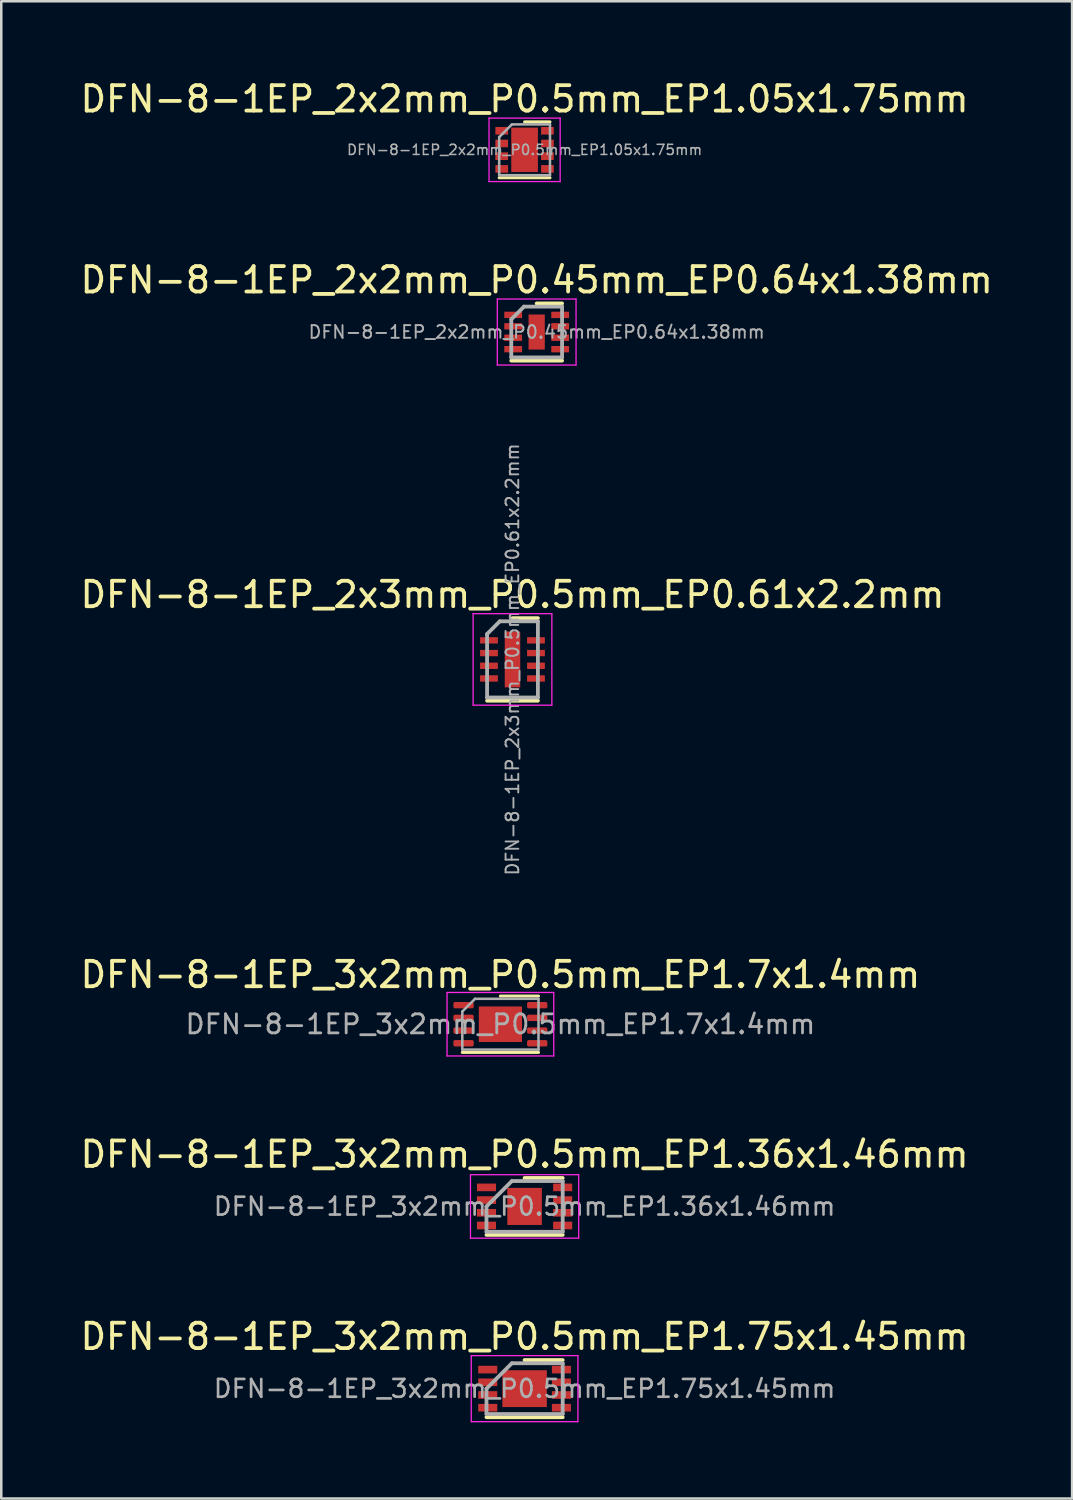
<source format=kicad_pcb>
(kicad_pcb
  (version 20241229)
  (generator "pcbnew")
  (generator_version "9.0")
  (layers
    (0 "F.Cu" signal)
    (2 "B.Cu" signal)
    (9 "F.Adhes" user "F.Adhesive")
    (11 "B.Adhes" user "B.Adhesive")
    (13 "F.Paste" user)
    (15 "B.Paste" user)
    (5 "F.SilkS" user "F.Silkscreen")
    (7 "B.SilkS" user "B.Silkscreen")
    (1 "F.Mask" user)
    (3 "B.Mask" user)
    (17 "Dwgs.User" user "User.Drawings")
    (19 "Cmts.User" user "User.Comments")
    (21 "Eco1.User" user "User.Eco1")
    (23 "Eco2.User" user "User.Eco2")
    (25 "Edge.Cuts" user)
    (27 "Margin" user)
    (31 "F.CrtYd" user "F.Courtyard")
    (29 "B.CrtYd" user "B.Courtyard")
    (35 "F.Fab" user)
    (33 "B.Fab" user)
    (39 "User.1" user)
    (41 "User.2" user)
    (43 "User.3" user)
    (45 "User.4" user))
  (footprint "DFN-8-1EP_2x3mm_P0.5mm_EP0.61x2.2mm"
    (layer "F.Cu")
    (at 17.125 22.909)
    (property "Reference" "DFN-8-1EP_2x3mm_P0.5mm_EP0.61x2.2mm" (at 0 -2.55 0) (layer "F.SilkS") (effects (font (size 1 1) (thickness 0.15))))
    (attr smd)
    (fp_line (start -1 1.625) (end 1 1.625) (stroke (width 0.15) (type solid)) (layer "F.SilkS"))
    (fp_line (start 0 -1.625) (end 1 -1.625) (stroke (width 0.15) (type solid)) (layer "F.SilkS"))
    (fp_line (start -1.55 -1.8) (end -1.55 1.8) (stroke (width 0.05) (type solid)) (layer "F.CrtYd"))
    (fp_line (start -1.55 -1.8) (end 1.55 -1.8) (stroke (width 0.05) (type solid)) (layer "F.CrtYd"))
    (fp_line (start -1.55 1.8) (end 1.55 1.8) (stroke (width 0.05) (type solid)) (layer "F.CrtYd"))
    (fp_line (start 1.55 -1.8) (end 1.55 1.8) (stroke (width 0.05) (type solid)) (layer "F.CrtYd"))
    (fp_line (start -1 -1) (end -0.5 -1.5) (stroke (width 0.15) (type solid)) (layer "F.Fab"))
    (fp_line (start -1 1.5) (end -1 -1) (stroke (width 0.15) (type solid)) (layer "F.Fab"))
    (fp_line (start -0.5 -1.5) (end 1 -1.5) (stroke (width 0.15) (type solid)) (layer "F.Fab"))
    (fp_line (start 1 -1.5) (end 1 1.5) (stroke (width 0.15) (type solid)) (layer "F.Fab"))
    (fp_line (start 1 1.5) (end -1 1.5) (stroke (width 0.15) (type solid)) (layer "F.Fab"))
    (fp_text user "${REFERENCE}" (at 0 0 90) (layer "F.Fab") (effects (font (size 0.5 0.5) (thickness 0.075))))
    (pad "" smd rect (at 0 -0.734) (size 0.5 0.59) (layers "F.Paste"))
    (pad "" smd rect (at 0 0) (size 0.5 0.59) (layers "F.Paste"))
    (pad "" smd rect (at 0 0.734) (size 0.5 0.59) (layers "F.Paste"))
    (pad "1" smd rect (at -0.925 -0.75) (size 0.7 0.25) (layers "F.Cu" "F.Mask" "F.Paste"))
    (pad "2" smd rect (at -0.925 -0.25) (size 0.7 0.25) (layers "F.Cu" "F.Mask" "F.Paste"))
    (pad "3" smd rect (at -0.925 0.25) (size 0.7 0.25) (layers "F.Cu" "F.Mask" "F.Paste"))
    (pad "4" smd rect (at -0.925 0.75) (size 0.7 0.25) (layers "F.Cu" "F.Mask" "F.Paste"))
    (pad "5" smd rect (at 0.925 0.75) (size 0.7 0.25) (layers "F.Cu" "F.Mask" "F.Paste"))
    (pad "6" smd rect (at 0.925 0.25) (size 0.7 0.25) (layers "F.Cu" "F.Mask" "F.Paste"))
    (pad "7" smd rect (at 0.925 -0.25) (size 0.7 0.25) (layers "F.Cu" "F.Mask" "F.Paste"))
    (pad "8" smd rect (at 0.925 -0.75) (size 0.7 0.25) (layers "F.Cu" "F.Mask" "F.Paste"))
    (pad "9" smd rect (at 0 0) (size 0.61 2.2) (layers "F.Cu" "F.Mask")))
  (footprint "DFN-8-1EP_2x2mm_P0.45mm_EP0.64x1.38mm"
    (layer "F.Cu")
    (at 18.077 10.021)
    (property "Reference" "DFN-8-1EP_2x2mm_P0.45mm_EP0.64x1.38mm" (at 0 -2.05 0) (layer "F.SilkS") (effects (font (size 1 1) (thickness 0.15))))
    (attr smd)
    (fp_line (start -1 1.125) (end 1 1.125) (stroke (width 0.15) (type solid)) (layer "F.SilkS"))
    (fp_line (start 0 -1.125) (end 1 -1.125) (stroke (width 0.15) (type solid)) (layer "F.SilkS"))
    (fp_line (start -1.55 -1.3) (end -1.55 1.3) (stroke (width 0.05) (type solid)) (layer "F.CrtYd"))
    (fp_line (start -1.55 -1.3) (end 1.55 -1.3) (stroke (width 0.05) (type solid)) (layer "F.CrtYd"))
    (fp_line (start -1.55 1.3) (end 1.55 1.3) (stroke (width 0.05) (type solid)) (layer "F.CrtYd"))
    (fp_line (start 1.55 -1.3) (end 1.55 1.3) (stroke (width 0.05) (type solid)) (layer "F.CrtYd"))
    (fp_line (start -1 -0.5) (end -0.5 -1) (stroke (width 0.15) (type solid)) (layer "F.Fab"))
    (fp_line (start -1 1) (end -1 -0.5) (stroke (width 0.15) (type solid)) (layer "F.Fab"))
    (fp_line (start -0.5 -1) (end 1 -1) (stroke (width 0.15) (type solid)) (layer "F.Fab"))
    (fp_line (start 1 -1) (end 1 1) (stroke (width 0.15) (type solid)) (layer "F.Fab"))
    (fp_line (start 1 1) (end -1 1) (stroke (width 0.15) (type solid)) (layer "F.Fab"))
    (fp_text user "${REFERENCE}" (at 0 0 0) (layer "F.Fab") (effects (font (size 0.5 0.5) (thickness 0.075))))
    (pad "" smd rect (at 0 -0.345) (size 0.53 0.54) (layers "F.Paste"))
    (pad "" smd rect (at 0 0.345) (size 0.53 0.54) (layers "F.Paste"))
    (pad "1" smd rect (at -0.925 -0.675) (size 0.7 0.25) (layers "F.Cu" "F.Mask" "F.Paste"))
    (pad "2" smd rect (at -0.925 -0.225) (size 0.7 0.25) (layers "F.Cu" "F.Mask" "F.Paste"))
    (pad "3" smd rect (at -0.925 0.225) (size 0.7 0.25) (layers "F.Cu" "F.Mask" "F.Paste"))
    (pad "4" smd rect (at -0.925 0.675) (size 0.7 0.25) (layers "F.Cu" "F.Mask" "F.Paste"))
    (pad "5" smd rect (at 0.925 0.675) (size 0.7 0.25) (layers "F.Cu" "F.Mask" "F.Paste"))
    (pad "6" smd rect (at 0.925 0.225) (size 0.7 0.25) (layers "F.Cu" "F.Mask" "F.Paste"))
    (pad "7" smd rect (at 0.925 -0.225) (size 0.7 0.25) (layers "F.Cu" "F.Mask" "F.Paste"))
    (pad "8" smd rect (at 0.925 -0.675) (size 0.7 0.25) (layers "F.Cu" "F.Mask" "F.Paste"))
    (pad "9" smd rect (at 0 0) (size 0.64 1.38) (layers "F.Cu" "F.Mask")))
  (footprint "DFN-8-1EP_3x2mm_P0.5mm_EP1.75x1.45mm"
    (layer "F.Cu")
    (at 17.601 51.616)
    (property "Reference" "DFN-8-1EP_3x2mm_P0.5mm_EP1.75x1.45mm" (at 0 -2.05 0) (layer "F.SilkS") (effects (font (size 1 1) (thickness 0.15))))
    (attr smd)
    (fp_line (start -1.5 1.125) (end 1.5 1.125) (stroke (width 0.15) (type solid)) (layer "F.SilkS"))
    (fp_line (start 0 -1.125) (end 1.5 -1.125) (stroke (width 0.15) (type solid)) (layer "F.SilkS"))
    (fp_line (start -2.1 -1.3) (end -2.1 1.3) (stroke (width 0.05) (type solid)) (layer "F.CrtYd"))
    (fp_line (start -2.1 -1.3) (end 2.1 -1.3) (stroke (width 0.05) (type solid)) (layer "F.CrtYd"))
    (fp_line (start -2.1 1.3) (end 2.1 1.3) (stroke (width 0.05) (type solid)) (layer "F.CrtYd"))
    (fp_line (start 2.1 -1.3) (end 2.1 1.3) (stroke (width 0.05) (type solid)) (layer "F.CrtYd"))
    (fp_line (start -1.5 0) (end -0.5 -1) (stroke (width 0.15) (type solid)) (layer "F.Fab"))
    (fp_line (start -1.5 1) (end -1.5 0) (stroke (width 0.15) (type solid)) (layer "F.Fab"))
    (fp_line (start -0.5 -1) (end 1.5 -1) (stroke (width 0.15) (type solid)) (layer "F.Fab"))
    (fp_line (start 1.5 -1) (end 1.5 1) (stroke (width 0.15) (type solid)) (layer "F.Fab"))
    (fp_line (start 1.5 1) (end -1.5 1) (stroke (width 0.15) (type solid)) (layer "F.Fab"))
    (fp_text user "${REFERENCE}" (at 0 0 0) (layer "F.Fab") (effects (font (size 0.7 0.7) (thickness 0.105))))
    (pad "" smd rect (at -0.438 -0.362) (size 0.71 0.58) (layers "F.Paste"))
    (pad "" smd rect (at -0.438 0.362) (size 0.71 0.58) (layers "F.Paste"))
    (pad "" smd rect (at 0.438 -0.362) (size 0.71 0.58) (layers "F.Paste"))
    (pad "" smd rect (at 0.438 0.362) (size 0.71 0.58) (layers "F.Paste"))
    (pad "1" smd rect (at -1.45 -0.75) (size 0.75 0.3) (layers "F.Cu" "F.Mask" "F.Paste"))
    (pad "2" smd rect (at -1.45 -0.25) (size 0.75 0.3) (layers "F.Cu" "F.Mask" "F.Paste"))
    (pad "3" smd rect (at -1.45 0.25) (size 0.75 0.3) (layers "F.Cu" "F.Mask" "F.Paste"))
    (pad "4" smd rect (at -1.45 0.75) (size 0.75 0.3) (layers "F.Cu" "F.Mask" "F.Paste"))
    (pad "5" smd rect (at 1.45 0.75) (size 0.75 0.3) (layers "F.Cu" "F.Mask" "F.Paste"))
    (pad "6" smd rect (at 1.45 0.25) (size 0.75 0.3) (layers "F.Cu" "F.Mask" "F.Paste"))
    (pad "7" smd rect (at 1.45 -0.25) (size 0.75 0.3) (layers "F.Cu" "F.Mask" "F.Paste"))
    (pad "8" smd rect (at 1.45 -0.75) (size 0.75 0.3) (layers "F.Cu" "F.Mask" "F.Paste"))
    (pad "9" smd rect (at 0 0) (size 1.75 1.45) (layers "F.Cu" "F.Mask")))
  (footprint "DFN-8-1EP_2x2mm_P0.5mm_EP1.05x1.75mm"
    (layer "F.Cu")
    (at 17.601 2.848)
    (property "Reference" "DFN-8-1EP_2x2mm_P0.5mm_EP1.05x1.75mm" (at 0 -2 0) (layer "F.SilkS") (effects (font (size 1 1) (thickness 0.15))))
    (attr smd)
    (fp_line (start -1 1.1) (end 1 1.1) (stroke (width 0.12) (type solid)) (layer "F.SilkS"))
    (fp_line (start 0 -1.1) (end 1 -1.1) (stroke (width 0.12) (type solid)) (layer "F.SilkS"))
    (fp_line (start -1.4 -1.25) (end -1.4 1.25) (stroke (width 0.05) (type solid)) (layer "F.CrtYd"))
    (fp_line (start -1.4 -1.25) (end 1.4 -1.25) (stroke (width 0.05) (type solid)) (layer "F.CrtYd"))
    (fp_line (start -1.4 1.25) (end 1.4 1.25) (stroke (width 0.05) (type solid)) (layer "F.CrtYd"))
    (fp_line (start 1.4 -1.25) (end 1.4 1.25) (stroke (width 0.05) (type solid)) (layer "F.CrtYd"))
    (fp_line (start -1 -0.5) (end -0.5 -1) (stroke (width 0.1) (type solid)) (layer "F.Fab"))
    (fp_line (start -1 1) (end -1 -0.5) (stroke (width 0.1) (type solid)) (layer "F.Fab"))
    (fp_line (start -0.5 -1) (end 1 -1) (stroke (width 0.1) (type solid)) (layer "F.Fab"))
    (fp_line (start 1 -1) (end 1 1) (stroke (width 0.1) (type solid)) (layer "F.Fab"))
    (fp_line (start 1 1) (end -1 1) (stroke (width 0.1) (type solid)) (layer "F.Fab"))
    (fp_text user "${REFERENCE}" (at 0 0 0) (layer "F.Fab") (effects (font (size 0.4 0.4) (thickness 0.06))))
    (pad "" smd rect (at 0 -0.438) (size 0.85 0.65) (layers "F.Paste"))
    (pad "" smd rect (at 0 0.438) (size 0.85 0.65) (layers "F.Paste"))
    (pad "1" smd rect (at -0.9 -0.75) (size 0.5 0.3) (layers "F.Cu" "F.Mask" "F.Paste"))
    (pad "2" smd rect (at -0.9 -0.25) (size 0.5 0.3) (layers "F.Cu" "F.Mask" "F.Paste"))
    (pad "3" smd rect (at -0.9 0.25) (size 0.5 0.3) (layers "F.Cu" "F.Mask" "F.Paste"))
    (pad "4" smd rect (at -0.9 0.75) (size 0.5 0.3) (layers "F.Cu" "F.Mask" "F.Paste"))
    (pad "5" smd rect (at 0.9 0.75) (size 0.5 0.3) (layers "F.Cu" "F.Mask" "F.Paste"))
    (pad "6" smd rect (at 0.9 0.25) (size 0.5 0.3) (layers "F.Cu" "F.Mask" "F.Paste"))
    (pad "7" smd rect (at 0.9 -0.25) (size 0.5 0.3) (layers "F.Cu" "F.Mask" "F.Paste"))
    (pad "8" smd rect (at 0.9 -0.75) (size 0.5 0.3) (layers "F.Cu" "F.Mask" "F.Paste"))
    (pad "9" smd rect (at 0 0) (size 1.05 1.75) (layers "F.Cu" "F.Mask")))
  (footprint "DFN-8-1EP_3x2mm_P0.5mm_EP1.36x1.46mm"
    (layer "F.Cu")
    (at 17.601 44.443)
    (property "Reference" "DFN-8-1EP_3x2mm_P0.5mm_EP1.36x1.46mm" (at 0 -2.05 0) (layer "F.SilkS") (effects (font (size 1 1) (thickness 0.15))))
    (attr smd)
    (fp_line (start -1.5 1.12) (end 1.5 1.12) (stroke (width 0.15) (type solid)) (layer "F.SilkS"))
    (fp_line (start 0 -1.12) (end 1.5 -1.12) (stroke (width 0.15) (type solid)) (layer "F.SilkS"))
    (fp_line (start -2.13 -1.25) (end -2.13 1.25) (stroke (width 0.05) (type solid)) (layer "F.CrtYd"))
    (fp_line (start -2.13 -1.25) (end 2.13 -1.25) (stroke (width 0.05) (type solid)) (layer "F.CrtYd"))
    (fp_line (start -2.13 1.25) (end 2.13 1.25) (stroke (width 0.05) (type solid)) (layer "F.CrtYd"))
    (fp_line (start 2.13 -1.25) (end 2.13 1.25) (stroke (width 0.05) (type solid)) (layer "F.CrtYd"))
    (fp_line (start -1.5 0) (end -0.5 -1) (stroke (width 0.15) (type solid)) (layer "F.Fab"))
    (fp_line (start -1.5 1) (end -1.5 0) (stroke (width 0.15) (type solid)) (layer "F.Fab"))
    (fp_line (start -0.5 -1) (end 1.5 -1) (stroke (width 0.15) (type solid)) (layer "F.Fab"))
    (fp_line (start 1.5 -1) (end 1.5 1) (stroke (width 0.15) (type solid)) (layer "F.Fab"))
    (fp_line (start 1.5 1) (end -1.5 1) (stroke (width 0.15) (type solid)) (layer "F.Fab"))
    (fp_text user "${REFERENCE}" (at 0 0 0) (layer "F.Fab") (effects (font (size 0.7 0.7) (thickness 0.105))))
    (pad "" smd rect (at -0.325 -0.375) (size 0.5 0.6) (layers "F.Paste"))
    (pad "" smd rect (at -0.325 0.375) (size 0.5 0.6) (layers "F.Paste"))
    (pad "" smd rect (at 0.325 -0.375) (size 0.5 0.6) (layers "F.Paste"))
    (pad "" smd rect (at 0.325 0.375) (size 0.5 0.6) (layers "F.Paste"))
    (pad "1" smd rect (at -1.5 -0.75) (size 0.75 0.3) (layers "F.Cu" "F.Mask" "F.Paste"))
    (pad "2" smd rect (at -1.5 -0.25) (size 0.75 0.3) (layers "F.Cu" "F.Mask" "F.Paste"))
    (pad "3" smd rect (at -1.5 0.25) (size 0.75 0.3) (layers "F.Cu" "F.Mask" "F.Paste"))
    (pad "4" smd rect (at -1.5 0.75) (size 0.75 0.3) (layers "F.Cu" "F.Mask" "F.Paste"))
    (pad "5" smd rect (at 1.5 0.75) (size 0.75 0.3) (layers "F.Cu" "F.Mask" "F.Paste"))
    (pad "6" smd rect (at 1.5 0.25) (size 0.75 0.3) (layers "F.Cu" "F.Mask" "F.Paste"))
    (pad "7" smd rect (at 1.5 -0.25) (size 0.75 0.3) (layers "F.Cu" "F.Mask" "F.Paste"))
    (pad "8" smd rect (at 1.5 -0.75) (size 0.75 0.3) (layers "F.Cu" "F.Mask" "F.Paste"))
    (pad "9" smd rect (at 0 0) (size 1.36 1.46) (layers "F.Cu" "F.Mask")))
  (footprint "DFN-8-1EP_3x2mm_P0.5mm_EP1.7x1.4mm"
    (layer "F.Cu")
    (at 16.649 37.27)
    (property "Reference" "DFN-8-1EP_3x2mm_P0.5mm_EP1.7x1.4mm" (at 0 -1.95 0) (layer "F.SilkS") (effects (font (size 1 1) (thickness 0.15))))
    (attr smd)
    (fp_line (start -1.5 1.11) (end 1.5 1.11) (stroke (width 0.12) (type solid)) (layer "F.SilkS"))
    (fp_line (start 0 -1.11) (end 1.5 -1.11) (stroke (width 0.12) (type solid)) (layer "F.SilkS"))
    (fp_line (start -2.1 -1.25) (end -2.1 1.25) (stroke (width 0.05) (type solid)) (layer "F.CrtYd"))
    (fp_line (start -2.1 1.25) (end 2.1 1.25) (stroke (width 0.05) (type solid)) (layer "F.CrtYd"))
    (fp_line (start 2.1 -1.25) (end -2.1 -1.25) (stroke (width 0.05) (type solid)) (layer "F.CrtYd"))
    (fp_line (start 2.1 1.25) (end 2.1 -1.25) (stroke (width 0.05) (type solid)) (layer "F.CrtYd"))
    (fp_line (start -1.5 -0.5) (end -1 -1) (stroke (width 0.1) (type solid)) (layer "F.Fab"))
    (fp_line (start -1.5 1) (end -1.5 -0.5) (stroke (width 0.1) (type solid)) (layer "F.Fab"))
    (fp_line (start -1 -1) (end 1.5 -1) (stroke (width 0.1) (type solid)) (layer "F.Fab"))
    (fp_line (start 1.5 -1) (end 1.5 1) (stroke (width 0.1) (type solid)) (layer "F.Fab"))
    (fp_line (start 1.5 1) (end -1.5 1) (stroke (width 0.1) (type solid)) (layer "F.Fab"))
    (fp_text user "${REFERENCE}" (at 0 0 0) (layer "F.Fab") (effects (font (size 0.75 0.75) (thickness 0.11))))
    (pad "" smd roundrect (at -0.425 -0.35) (size 0.69 0.56) (layers "F.Paste") (roundrect_rratio 0.25))
    (pad "" smd roundrect (at -0.425 0.35) (size 0.69 0.56) (layers "F.Paste") (roundrect_rratio 0.25))
    (pad "" smd roundrect (at 0.425 -0.35) (size 0.69 0.56) (layers "F.Paste") (roundrect_rratio 0.25))
    (pad "" smd roundrect (at 0.425 0.35) (size 0.69 0.56) (layers "F.Paste") (roundrect_rratio 0.25))
    (pad "1" smd roundrect (at -1.45 -0.75) (size 0.8 0.25) (layers "F.Cu" "F.Mask" "F.Paste") (roundrect_rratio 0.25))
    (pad "2" smd roundrect (at -1.45 -0.25) (size 0.8 0.25) (layers "F.Cu" "F.Mask" "F.Paste") (roundrect_rratio 0.25))
    (pad "3" smd roundrect (at -1.45 0.25) (size 0.8 0.25) (layers "F.Cu" "F.Mask" "F.Paste") (roundrect_rratio 0.25))
    (pad "4" smd roundrect (at -1.45 0.75) (size 0.8 0.25) (layers "F.Cu" "F.Mask" "F.Paste") (roundrect_rratio 0.25))
    (pad "5" smd roundrect (at 1.45 0.75) (size 0.8 0.25) (layers "F.Cu" "F.Mask" "F.Paste") (roundrect_rratio 0.25))
    (pad "6" smd roundrect (at 1.45 0.25) (size 0.8 0.25) (layers "F.Cu" "F.Mask" "F.Paste") (roundrect_rratio 0.25))
    (pad "7" smd roundrect (at 1.45 -0.25) (size 0.8 0.25) (layers "F.Cu" "F.Mask" "F.Paste") (roundrect_rratio 0.25))
    (pad "8" smd roundrect (at 1.45 -0.75) (size 0.8 0.25) (layers "F.Cu" "F.Mask" "F.Paste") (roundrect_rratio 0.25))
    (pad "9" smd rect (at 0 0) (size 1.7 1.4) (layers "F.Cu" "F.Mask")))
  (gr_rect
    (start -3 -3)
    (end 39.155 55.941)
    (stroke (width 0.1) (type default))
    (fill no)
    (layer "Edge.Cuts")))
</source>
